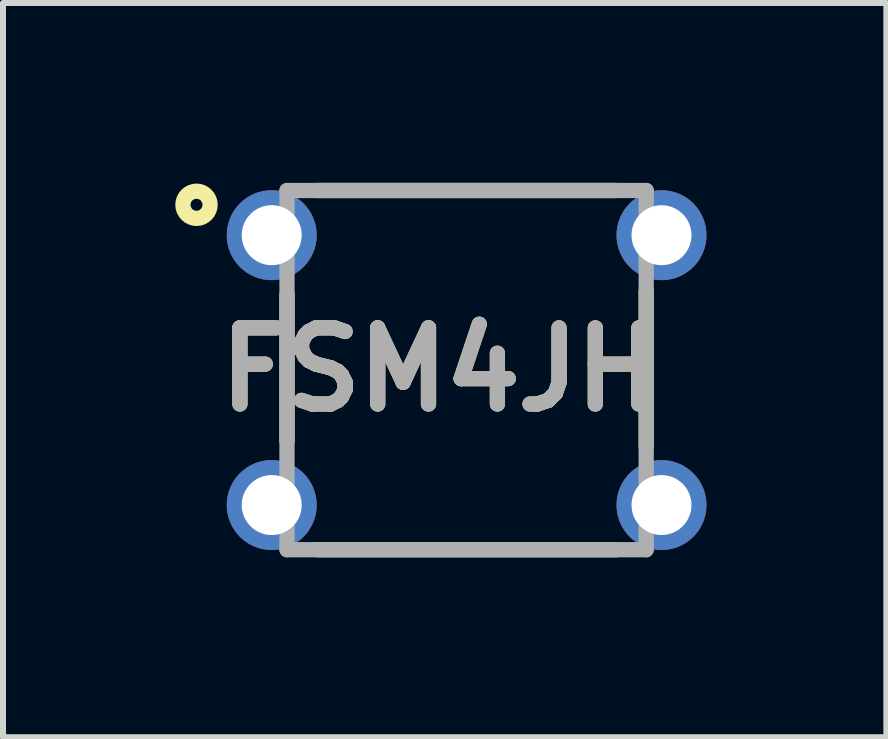
<source format=kicad_pcb>
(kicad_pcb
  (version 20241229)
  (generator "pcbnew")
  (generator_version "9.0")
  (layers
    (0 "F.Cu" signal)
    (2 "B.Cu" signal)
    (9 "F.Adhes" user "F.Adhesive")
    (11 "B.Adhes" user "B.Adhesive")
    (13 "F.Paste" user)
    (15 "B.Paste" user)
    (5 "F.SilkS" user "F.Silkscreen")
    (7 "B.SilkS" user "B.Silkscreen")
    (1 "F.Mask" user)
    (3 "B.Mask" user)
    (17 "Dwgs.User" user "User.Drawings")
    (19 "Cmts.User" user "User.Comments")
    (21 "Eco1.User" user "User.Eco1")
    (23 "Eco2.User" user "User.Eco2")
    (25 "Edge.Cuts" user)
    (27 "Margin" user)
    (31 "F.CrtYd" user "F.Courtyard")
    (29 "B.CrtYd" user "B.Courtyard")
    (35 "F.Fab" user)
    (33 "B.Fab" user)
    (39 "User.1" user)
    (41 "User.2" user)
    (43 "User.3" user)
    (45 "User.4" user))
  (footprint "FSM4JH"
    (layer "F.Cu")
    (at 4.731 3.122)
    (property "Reference" "FSM4JH" (at -0.454 -0.009 0) (layer "F.SilkS") (effects (font (size 1.27 1.27) (thickness 0.254))))
    (attr through_hole)
    (fp_line (start -2.995 -1.256) (end -2.995 1.18) (stroke (width 0.254) (type solid)) (layer "F.SilkS"))
    (fp_line (start -2.5 -2.995) (end 2.5 -2.995) (stroke (width 0.254) (type solid)) (layer "F.SilkS"))
    (fp_line (start -2.5 2.995) (end 2.5 2.995) (stroke (width 0.254) (type solid)) (layer "F.SilkS"))
    (fp_line (start 2.995 -1.312) (end 2.995 1.279) (stroke (width 0.254) (type solid)) (layer "F.SilkS"))
    (fp_circle (center -4.504 -2.757) (end -4.504 -2.657) (stroke (width 0.254) (type solid)) (fill no) (layer "F.SilkS"))
    (fp_line (start -2.995 -2.995) (end 2.995 -2.995) (stroke (width 0.254) (type solid)) (layer "F.Fab"))
    (fp_line (start -2.995 2.995) (end -2.995 -2.995) (stroke (width 0.254) (type solid)) (layer "F.Fab"))
    (fp_line (start 2.995 -2.995) (end 2.995 2.995) (stroke (width 0.254) (type solid)) (layer "F.Fab"))
    (fp_line (start 2.995 2.995) (end -2.995 2.995) (stroke (width 0.254) (type solid)) (layer "F.Fab"))
    (fp_text user "${REFERENCE}" (at -0.454 -0.009 0) (layer "F.Fab") (effects (font (size 1.27 1.27) (thickness 0.254))))
    (pad "1" thru_hole circle (at -3.25 -2.25) (size 1.5 1.5) (drill 1) (layers "*.Cu" "*.Mask"))
    (pad "2" thru_hole circle (at 3.25 -2.25) (size 1.5 1.5) (drill 1) (layers "*.Cu" "*.Mask"))
    (pad "3" thru_hole circle (at -3.25 2.25) (size 1.5 1.5) (drill 1) (layers "*.Cu" "*.Mask"))
    (pad "4" thru_hole circle (at 3.25 2.25) (size 1.5 1.5) (drill 1) (layers "*.Cu" "*.Mask")))
  (gr_rect
    (start -3 -3)
    (end 11.731 9.244)
    (stroke (width 0.1) (type default))
    (fill no)
    (layer "Edge.Cuts")))
</source>
